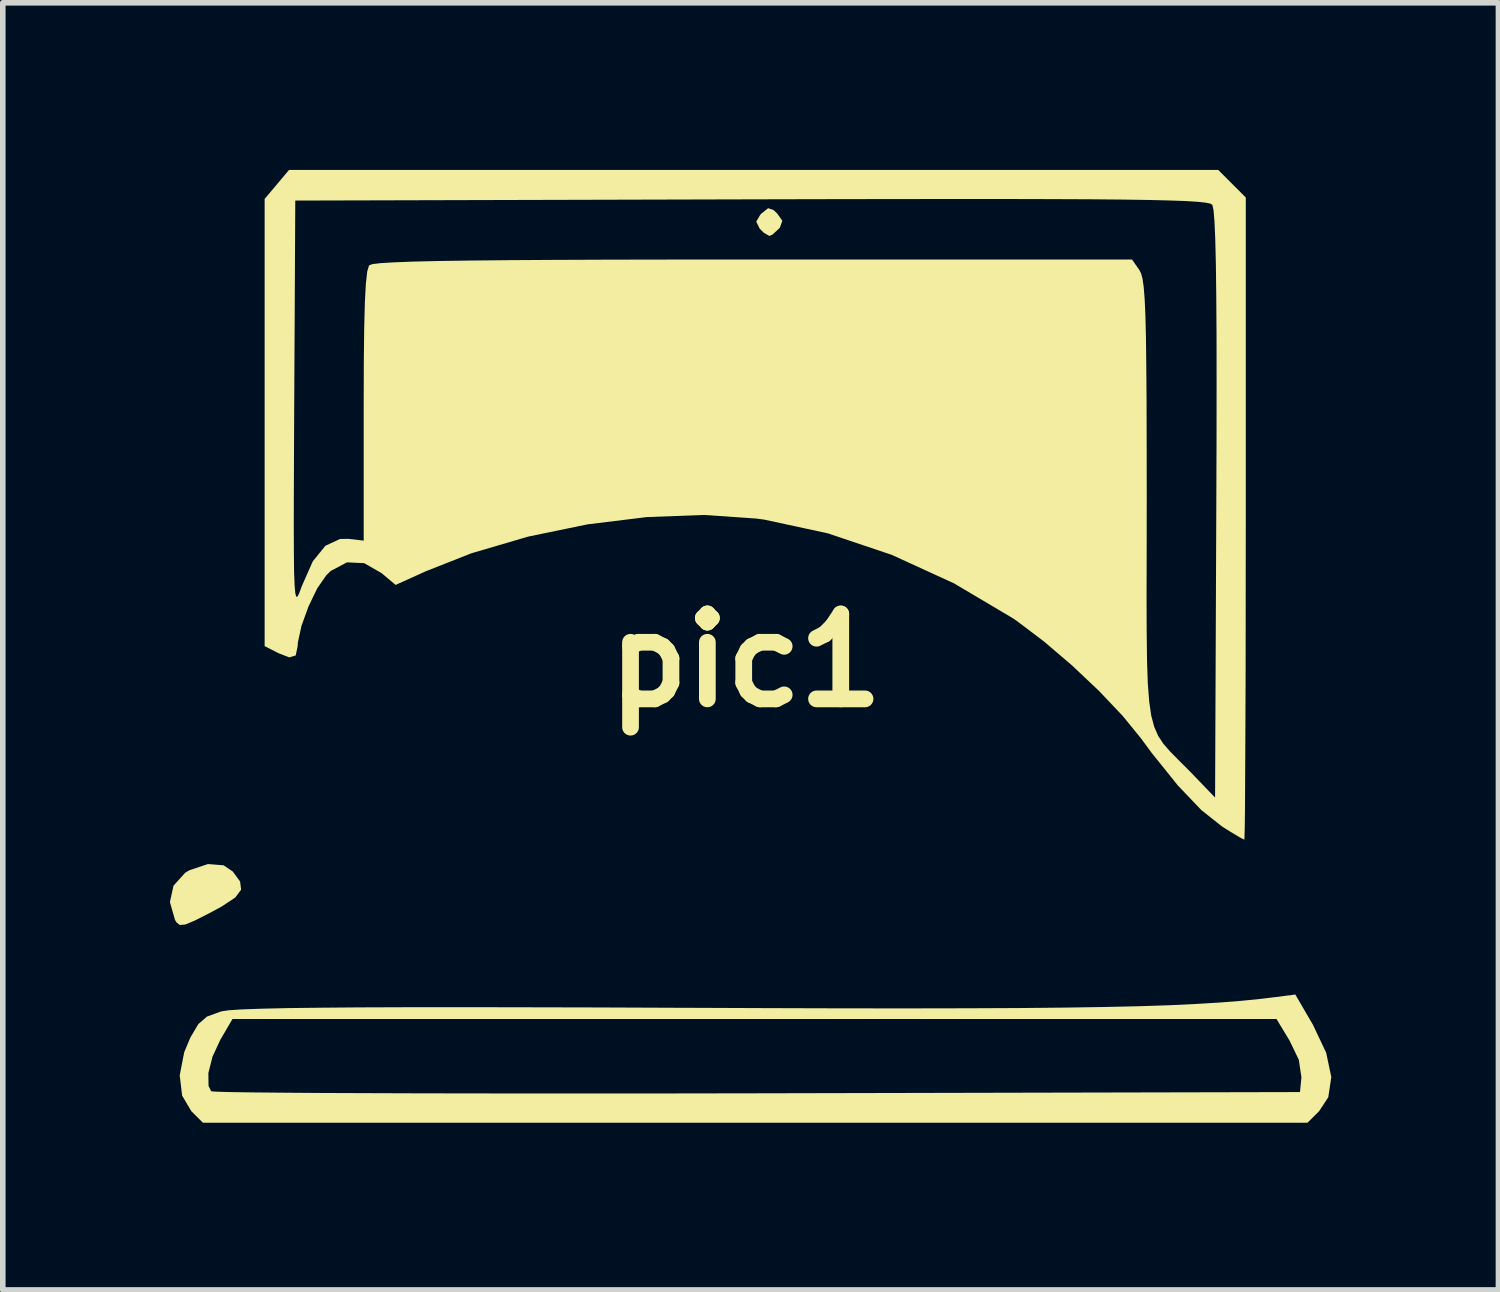
<source format=kicad_pcb>
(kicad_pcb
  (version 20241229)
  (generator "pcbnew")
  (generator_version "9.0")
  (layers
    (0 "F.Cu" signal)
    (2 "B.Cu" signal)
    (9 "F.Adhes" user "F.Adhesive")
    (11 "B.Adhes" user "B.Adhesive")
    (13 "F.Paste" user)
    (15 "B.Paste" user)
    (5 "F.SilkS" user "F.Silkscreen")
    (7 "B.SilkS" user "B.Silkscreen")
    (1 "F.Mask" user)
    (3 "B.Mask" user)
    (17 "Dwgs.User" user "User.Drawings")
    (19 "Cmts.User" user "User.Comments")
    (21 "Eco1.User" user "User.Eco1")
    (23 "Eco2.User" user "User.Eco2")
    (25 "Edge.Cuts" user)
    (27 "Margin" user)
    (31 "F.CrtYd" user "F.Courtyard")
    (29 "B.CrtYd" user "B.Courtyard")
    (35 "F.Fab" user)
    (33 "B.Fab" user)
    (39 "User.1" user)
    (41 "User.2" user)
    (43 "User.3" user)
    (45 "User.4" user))
  (footprint "pic1"
    (layer "F.Cu")
    (at 10.336 8.805)
    (property "Reference" "pic1" (at 0 0 0) (layer "F.SilkS") (effects (font (size 1.524 1.524) (thickness 0.3))))
    (attr board_only exclude_from_pos_files exclude_from_bom)
    (fp_poly (pts (xy 0.499 -8.085) (xy 0.564 -8.023) (xy 0.656 -7.893) (xy 0.614 -7.773) (xy 0.596 -7.751) (xy 0.478 -7.643) (xy 0.423 -7.62) (xy 0.323 -7.678) (xy 0.25 -7.751) (xy 0.188 -7.876) (xy 0.26 -8) (xy 0.282 -8.023) (xy 0.401 -8.118)) (stroke (width 0) (type solid)) (fill yes) (layer "F.SilkS"))
    (fp_poly (pts (xy -9.372 3.677) (xy -9.207 3.789) (xy -9.077 3.967) (xy -9.058 4.114) (xy -9.163 4.255) (xy -9.407 4.416) (xy -9.589 4.515) (xy -9.88 4.664) (xy -10.058 4.739) (xy -10.159 4.748) (xy -10.219 4.7) (xy -10.245 4.656) (xy -10.336 4.337) (xy -10.272 4.043) (xy -10.063 3.811) (xy -9.985 3.765) (xy -9.653 3.654)) (stroke (width 0) (type solid)) (fill yes) (layer "F.SilkS"))
    (fp_poly (pts (xy 10.181 6.54) (xy 10.418 7.041) (xy 10.51 7.476) (xy 10.456 7.839) (xy 10.291 8.09) (xy 10.083 8.297) (xy -9.744 8.297) (xy -9.952 8.09) (xy -10.117 7.81) (xy -10.16 7.447) (xy -10.152 7.405) (xy -9.646 7.405) (xy -9.643 7.637) (xy -9.595 7.733) (xy -9.505 7.74) (xy -9.256 7.747) (xy -8.859 7.753) (xy -8.324 7.758) (xy -7.663 7.763) (xy -6.885 7.766) (xy -6.003 7.769) (xy -5.025 7.771) (xy -3.963 7.772) (xy -2.828 7.772) (xy -1.63 7.772) (xy -0.38 7.77) (xy 0.205 7.769) (xy 9.948 7.747) (xy 9.974 7.483) (xy 9.927 7.168) (xy 9.763 6.827) (xy 9.526 6.435) (xy -9.213 6.435) (xy -9.432 6.81) (xy -9.572 7.112) (xy -9.646 7.405) (xy -10.152 7.405) (xy -10.08 7.034) (xy -9.97 6.77) (xy -9.827 6.528) (xy -9.671 6.392) (xy -9.436 6.306) (xy -9.398 6.296) (xy -9.273 6.278) (xy -9.044 6.263) (xy -8.703 6.251) (xy -8.246 6.24) (xy -7.665 6.233) (xy -6.954 6.227) (xy -6.106 6.224) (xy -5.114 6.223) (xy -3.974 6.225) (xy -2.677 6.228) (xy -1.218 6.234) (xy -1.143 6.234) (xy 0.357 6.24) (xy 1.698 6.244) (xy 2.893 6.245) (xy 3.952 6.243) (xy 4.887 6.239) (xy 5.708 6.231) (xy 6.429 6.22) (xy 7.058 6.206) (xy 7.608 6.188) (xy 8.091 6.165) (xy 8.516 6.139) (xy 8.897 6.109) (xy 9.243 6.074) (xy 9.483 6.045) (xy 9.864 5.996)) (stroke (width 0) (type solid)) (fill yes) (layer "F.SilkS"))
    (fp_poly (pts (xy 8.727 -8.558) (xy 8.975 -8.31) (xy 8.975 -2.547) (xy 8.974 -1.576) (xy 8.973 -0.656) (xy 8.972 0.198) (xy 8.969 0.974) (xy 8.966 1.657) (xy 8.963 2.234) (xy 8.96 2.69) (xy 8.956 3.013) (xy 8.951 3.189) (xy 8.949 3.217) (xy 8.869 3.176) (xy 8.692 3.07) (xy 8.543 2.976) (xy 8.177 2.685) (xy 7.756 2.244) (xy 7.286 1.659) (xy 7.093 1.397) (xy 6.768 0.998) (xy 6.342 0.548) (xy 5.855 0.088) (xy 5.35 -0.343) (xy 4.868 -0.707) (xy 4.792 -0.759) (xy 3.74 -1.383) (xy 2.62 -1.896) (xy 1.473 -2.282) (xy 0.338 -2.527) (xy 0.193 -2.547) (xy -0.747 -2.612) (xy -1.774 -2.574) (xy -2.841 -2.443) (xy -3.907 -2.223) (xy -4.925 -1.924) (xy -5.746 -1.6) (xy -6.285 -1.356) (xy -6.536 -1.567) (xy -6.85 -1.747) (xy -7.159 -1.761) (xy -7.448 -1.608) (xy -7.528 -1.531) (xy -7.691 -1.296) (xy -7.849 -0.969) (xy -7.975 -0.62) (xy -8.04 -0.321) (xy -8.043 -0.258) (xy -8.078 -0.091) (xy -8.194 -0.055) (xy -8.393 -0.133) (xy -8.636 -0.258) (xy -8.636 -2.375) (xy -8.113 -2.375) (xy -8.111 -1.92) (xy -8.107 -1.583) (xy -8.098 -1.35) (xy -8.086 -1.209) (xy -8.069 -1.145) (xy -8.046 -1.147) (xy -8.018 -1.201) (xy -7.983 -1.295) (xy -7.968 -1.336) (xy -7.772 -1.779) (xy -7.545 -2.059) (xy -7.283 -2.181) (xy -7.133 -2.183) (xy -6.858 -2.151) (xy -6.858 -4.572) (xy -6.856 -5.343) (xy -6.849 -5.957) (xy -6.837 -6.426) (xy -6.819 -6.762) (xy -6.795 -6.978) (xy -6.764 -7.085) (xy -6.756 -7.095) (xy -6.697 -7.115) (xy -6.553 -7.132) (xy -6.317 -7.146) (xy -5.98 -7.159) (xy -5.535 -7.17) (xy -4.972 -7.178) (xy -4.283 -7.185) (xy -3.46 -7.19) (xy -2.494 -7.194) (xy -1.378 -7.196) (xy -0.101 -7.197) (xy 0.139 -7.197) (xy 6.933 -7.197) (xy 7.065 -7.008) (xy 7.096 -6.947) (xy 7.122 -6.849) (xy 7.143 -6.7) (xy 7.16 -6.485) (xy 7.173 -6.191) (xy 7.183 -5.802) (xy 7.189 -5.304) (xy 7.194 -4.683) (xy 7.196 -3.923) (xy 7.197 -3.011) (xy 7.197 -2.871) (xy 7.196 -1.942) (xy 7.194 -1.166) (xy 7.196 -0.527) (xy 7.202 -0.008) (xy 7.216 0.407) (xy 7.241 0.734) (xy 7.278 0.991) (xy 7.332 1.192) (xy 7.403 1.355) (xy 7.496 1.495) (xy 7.613 1.63) (xy 7.756 1.775) (xy 7.928 1.947) (xy 7.994 2.014) (xy 8.424 2.461) (xy 8.446 -2.803) (xy 8.45 -3.975) (xy 8.451 -4.985) (xy 8.45 -5.842) (xy 8.445 -6.552) (xy 8.438 -7.124) (xy 8.427 -7.564) (xy 8.413 -7.882) (xy 8.396 -8.083) (xy 8.375 -8.177) (xy 8.372 -8.182) (xy 8.333 -8.202) (xy 8.245 -8.219) (xy 8.099 -8.234) (xy 7.886 -8.247) (xy 7.595 -8.257) (xy 7.218 -8.266) (xy 6.745 -8.273) (xy 6.168 -8.278) (xy 5.476 -8.281) (xy 4.661 -8.283) (xy 3.713 -8.283) (xy 2.623 -8.282) (xy 1.381 -8.28) (xy 0.095 -8.277) (xy -8.086 -8.255) (xy -8.105 -4.572) (xy -8.109 -3.688) (xy -8.112 -2.959) (xy -8.113 -2.375) (xy -8.636 -2.375) (xy -8.636 -8.284) (xy -8.198 -8.805) (xy 0.141 -8.805) (xy 8.48 -8.805)) (stroke (width 0) (type solid)) (fill yes) (layer "F.SilkS")))
  (gr_rect
    (start -3 -3)
    (end 23.846 20.103)
    (stroke (width 0.1) (type default))
    (fill no)
    (layer "Edge.Cuts")))
</source>
